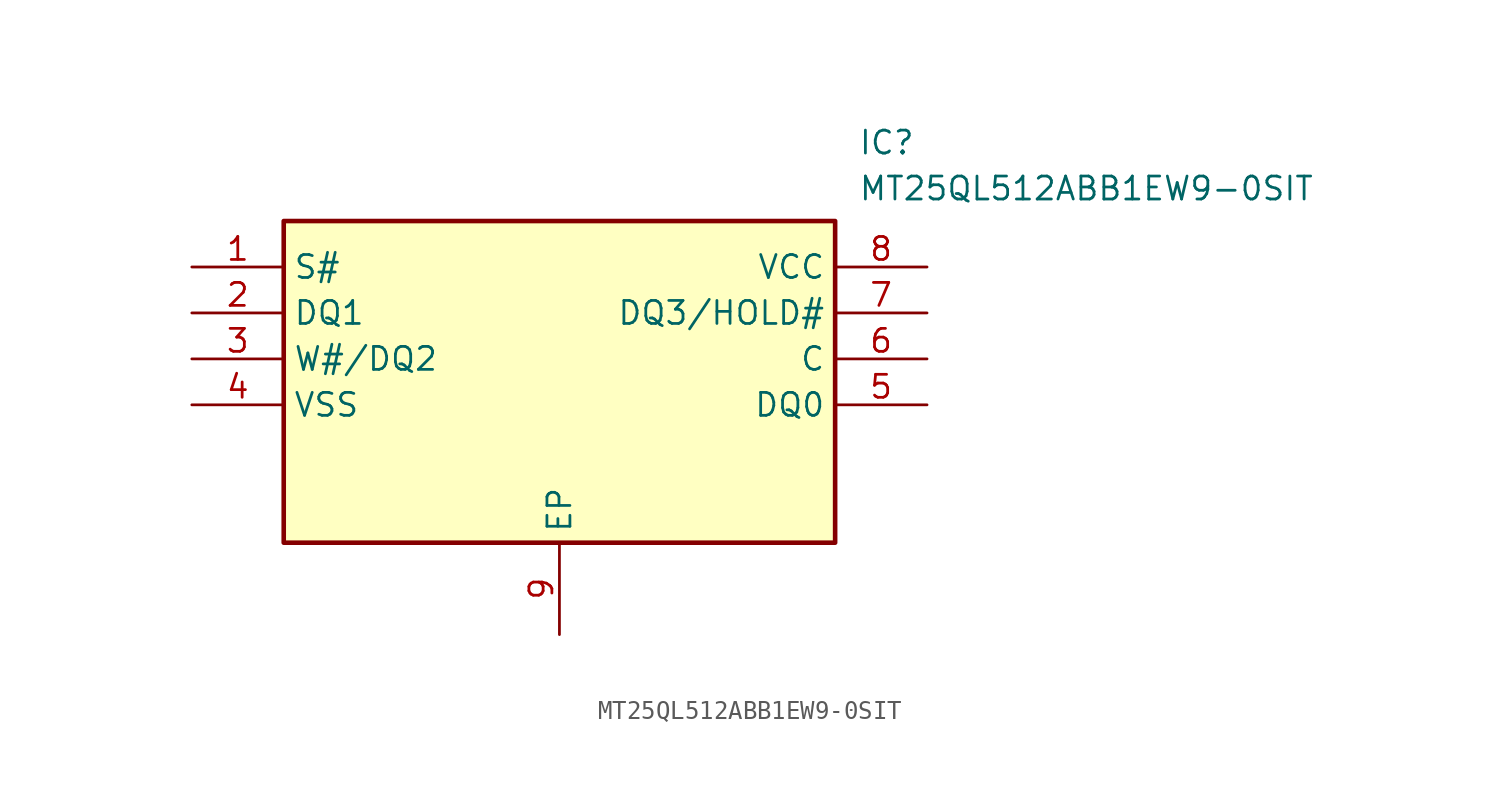
<source format=kicad_sym>
(kicad_symbol_lib
  (version 20231120)
  (generator "kicad_symbol_editor")
  (generator_version "8.0")
  (symbol "MT25QL512ABB1EW9-0SIT"
    (property "Reference" "IC"
      (at 36.83 7.62 0)
      (effects (font (size 1.27 1.27)) (justify left top)))
    (property "Value" "MT25QL512ABB1EW9-0SIT"
      (at 36.83 5.08 0)
      (effects (font (size 1.27 1.27)) (justify left top)))
    (symbol "MT25QL512ABB1EW9-0SIT_1_1"
      (rectangle (start 5.08 2.54) (end 35.56 -15.24) (stroke (width 0.254) (type default)) (fill (type background)))
      (pin passive line (at 0 0 0) (length 5.08) (name "S#" (effects (font (size 1.27 1.27)))) (number "1" (effects (font (size 1.27 1.27)))))
      (pin passive line (at 0 -2.54 0) (length 5.08) (name "DQ1" (effects (font (size 1.27 1.27)))) (number "2" (effects (font (size 1.27 1.27)))))
      (pin passive line (at 0 -5.08 0) (length 5.08) (name "W#/DQ2" (effects (font (size 1.27 1.27)))) (number "3" (effects (font (size 1.27 1.27)))))
      (pin passive line (at 0 -7.62 0) (length 5.08) (name "VSS" (effects (font (size 1.27 1.27)))) (number "4" (effects (font (size 1.27 1.27)))))
      (pin passive line (at 40.64 -7.62 180) (length 5.08) (name "DQ0" (effects (font (size 1.27 1.27)))) (number "5" (effects (font (size 1.27 1.27)))))
      (pin passive line (at 40.64 -5.08 180) (length 5.08) (name "C" (effects (font (size 1.27 1.27)))) (number "6" (effects (font (size 1.27 1.27)))))
      (pin passive line (at 40.64 -2.54 180) (length 5.08) (name "DQ3/HOLD#" (effects (font (size 1.27 1.27)))) (number "7" (effects (font (size 1.27 1.27)))))
      (pin passive line (at 40.64 0 180) (length 5.08) (name "VCC" (effects (font (size 1.27 1.27)))) (number "8" (effects (font (size 1.27 1.27)))))
      (pin passive line (at 20.32 -20.32 90) (length 5.08) (name "EP" (effects (font (size 1.27 1.27)))) (number "9" (effects (font (size 1.27 1.27))))))))
</source>
